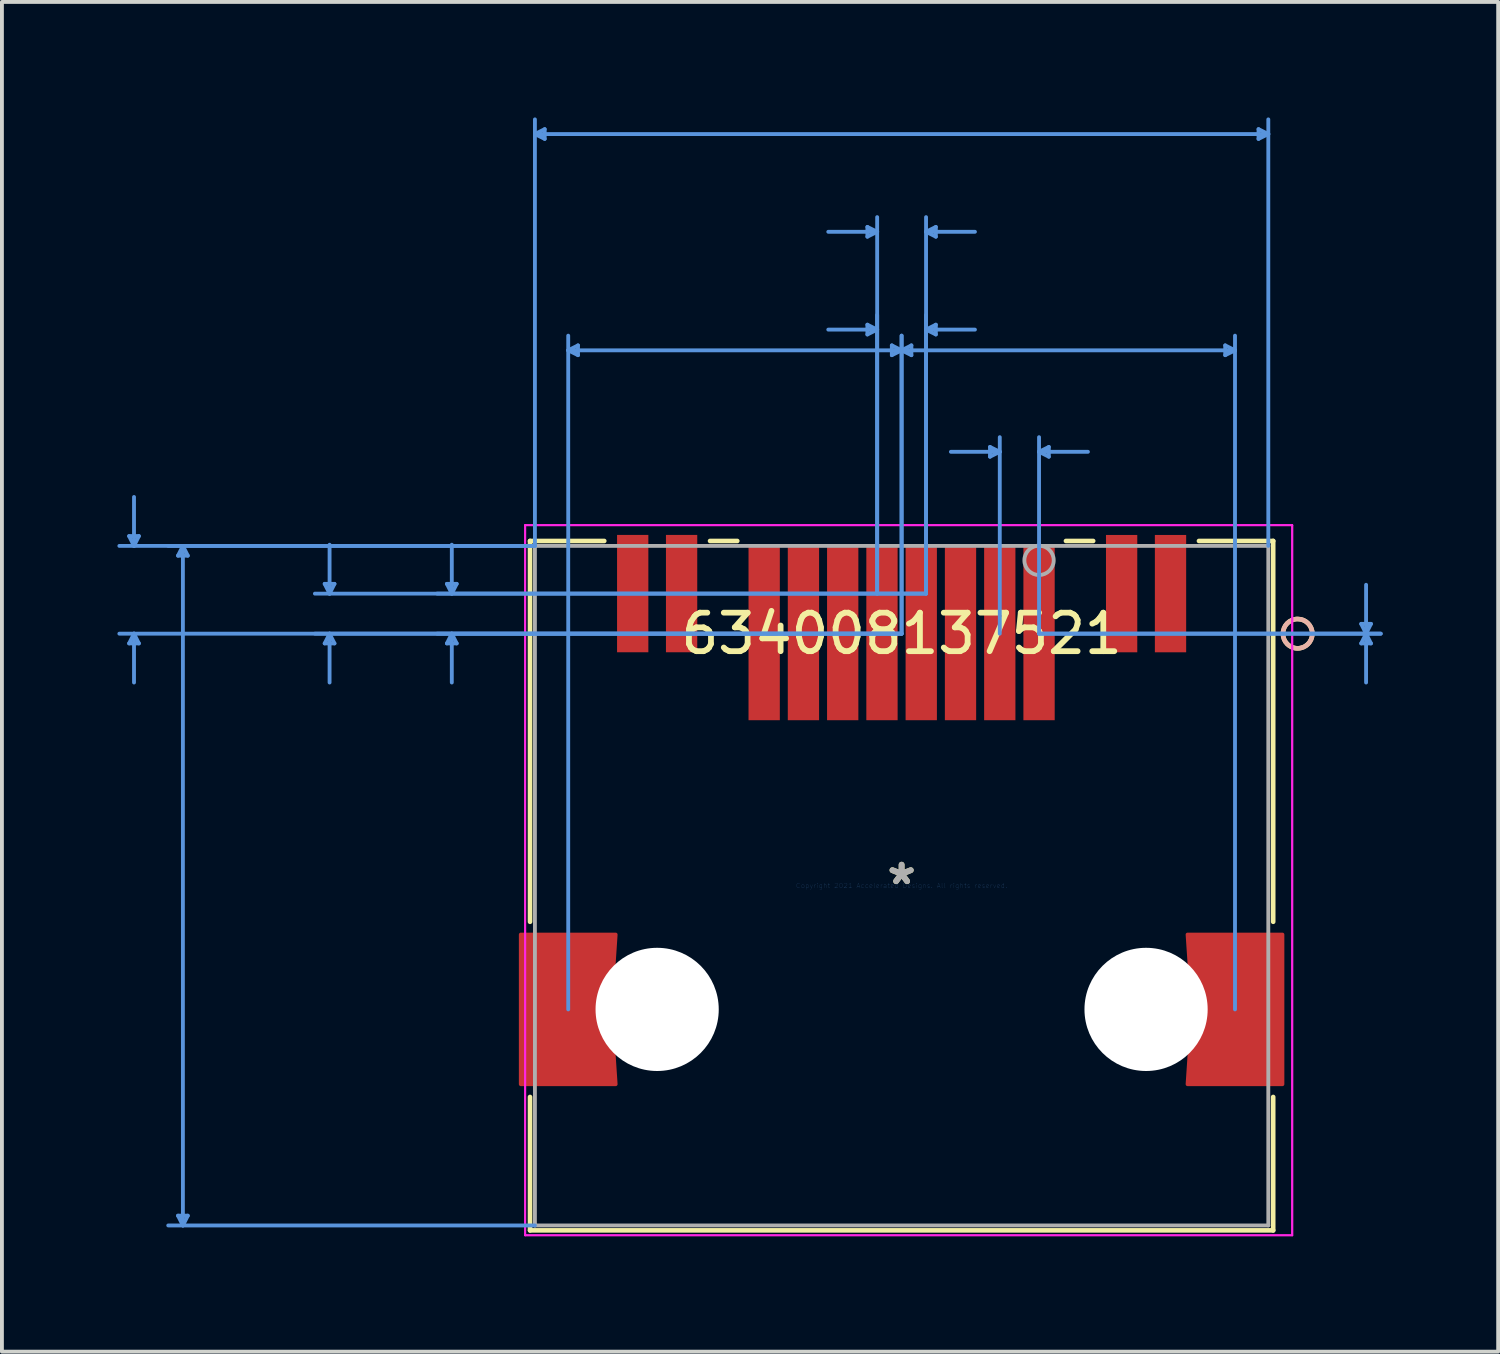
<source format=kicad_pcb>
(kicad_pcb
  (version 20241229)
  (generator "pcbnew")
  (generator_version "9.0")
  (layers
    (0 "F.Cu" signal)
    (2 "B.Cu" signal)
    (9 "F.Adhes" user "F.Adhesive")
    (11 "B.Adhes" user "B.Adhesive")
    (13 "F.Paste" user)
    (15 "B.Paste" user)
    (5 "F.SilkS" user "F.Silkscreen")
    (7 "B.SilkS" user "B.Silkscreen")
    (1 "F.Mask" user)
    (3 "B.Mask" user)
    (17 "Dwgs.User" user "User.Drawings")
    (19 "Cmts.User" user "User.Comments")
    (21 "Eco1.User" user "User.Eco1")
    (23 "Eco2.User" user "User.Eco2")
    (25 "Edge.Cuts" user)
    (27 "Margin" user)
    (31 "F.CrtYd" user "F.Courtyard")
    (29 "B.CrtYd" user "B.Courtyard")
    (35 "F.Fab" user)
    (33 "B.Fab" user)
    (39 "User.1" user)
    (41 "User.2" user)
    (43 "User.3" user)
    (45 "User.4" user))
  (footprint "634008137521"
    (layer "F.Cu")
    (at 20.37 19.956)
    (property "Reference" "634008137521" (at 0 -6.546 0) (layer "F.SilkS") (effects (font (size 1 1) (thickness 0.15))))
    (attr through_hole)
    (fp_poly (pts (xy -7.428 1.27) (xy -7.482 2.082) (xy -7.681 2.324) (xy -7.828 2.601) (xy -7.919 2.901) (xy -7.95 3.214) (xy -7.919 3.526) (xy -7.828 3.826) (xy -7.681 4.103) (xy -7.482 4.345) (xy -7.428 5.157) (xy -9.892 5.157) (xy -9.892 1.27)) (stroke (width 0.1) (type solid)) (fill yes) (layer "F.Cu"))
    (fp_poly (pts (xy 7.428 1.27) (xy 7.482 2.082) (xy 7.681 2.324) (xy 7.828 2.601) (xy 7.919 2.901) (xy 7.95 3.214) (xy 7.919 3.526) (xy 7.828 3.826) (xy 7.681 4.103) (xy 7.482 4.345) (xy 7.428 5.157) (xy 9.892 5.157) (xy 9.892 1.27)) (stroke (width 0.1) (type solid)) (fill yes) (layer "F.Cu"))
    (fp_poly (pts (xy -7.428 1.27) (xy -7.482 2.082) (xy -7.681 2.324) (xy -7.828 2.601) (xy -7.919 2.901) (xy -7.95 3.214) (xy -7.919 3.526) (xy -7.828 3.826) (xy -7.681 4.103) (xy -7.482 4.345) (xy -7.428 5.157) (xy -9.892 5.157) (xy -9.892 1.27)) (stroke (width 0.1) (type solid)) (fill yes) (layer "F.Mask"))
    (fp_poly (pts (xy 7.428 1.27) (xy 7.482 2.082) (xy 7.681 2.324) (xy 7.828 2.601) (xy 7.919 2.901) (xy 7.95 3.214) (xy 7.919 3.526) (xy 7.828 3.826) (xy 7.681 4.103) (xy 7.482 4.345) (xy 7.428 5.157) (xy 9.892 5.157) (xy 9.892 1.27)) (stroke (width 0.1) (type solid)) (fill yes) (layer "F.Mask"))
    (fp_line (start -9.652 -8.954) (end -9.652 0.938) (stroke (width 0.12) (type solid)) (layer "F.SilkS"))
    (fp_line (start -9.652 5.489) (end -9.652 8.954) (stroke (width 0.12) (type solid)) (layer "F.SilkS"))
    (fp_line (start -9.652 8.954) (end 9.652 8.954) (stroke (width 0.12) (type solid)) (layer "F.SilkS"))
    (fp_line (start -7.724 -8.954) (end -9.652 -8.954) (stroke (width 0.12) (type solid)) (layer "F.SilkS"))
    (fp_line (start -4.269 -8.954) (end -4.976 -8.954) (stroke (width 0.12) (type solid)) (layer "F.SilkS"))
    (fp_line (start 4.976 -8.954) (end 4.269 -8.954) (stroke (width 0.12) (type solid)) (layer "F.SilkS"))
    (fp_line (start 9.652 -8.954) (end 7.724 -8.954) (stroke (width 0.12) (type solid)) (layer "F.SilkS"))
    (fp_line (start 9.652 0.938) (end 9.652 -8.954) (stroke (width 0.12) (type solid)) (layer "F.SilkS"))
    (fp_line (start 9.652 8.954) (end 9.652 5.489) (stroke (width 0.12) (type solid)) (layer "F.SilkS"))
    (fp_circle (center 10.287 -6.546) (end 10.668 -6.546) (stroke (width 0.12) (type solid)) (fill no) (layer "F.SilkS"))
    (fp_circle (center 10.287 -6.546) (end 10.668 -6.546) (stroke (width 0.12) (type solid)) (fill no) (layer "B.SilkS"))
    (fp_poly (pts (xy -7.428 1.27) (xy -7.482 2.082) (xy -7.681 2.324) (xy -7.828 2.601) (xy -7.919 2.901) (xy -7.95 3.214) (xy -7.919 3.526) (xy -7.828 3.826) (xy -7.681 4.103) (xy -7.482 4.345) (xy -7.428 5.157) (xy -9.892 5.157) (xy -9.892 1.27)) (stroke (width 0.1) (type solid)) (fill yes) (layer "F.Paste"))
    (fp_poly (pts (xy 7.428 1.27) (xy 7.482 2.082) (xy 7.681 2.324) (xy 7.828 2.601) (xy 7.919 2.901) (xy 7.95 3.214) (xy 7.919 3.526) (xy 7.828 3.826) (xy 7.681 4.103) (xy 7.482 4.345) (xy 7.428 5.157) (xy 9.892 5.157) (xy 9.892 1.27)) (stroke (width 0.1) (type solid)) (fill yes) (layer "F.Paste"))
    (fp_line (start -20.066 -9.081) (end -19.812 -9.081) (stroke (width 0.1) (type solid)) (layer "Cmts.User"))
    (fp_line (start -20.066 -6.293) (end -19.812 -6.293) (stroke (width 0.1) (type solid)) (layer "Cmts.User"))
    (fp_line (start -19.939 -8.826) (end -20.066 -9.081) (stroke (width 0.1) (type solid)) (layer "Cmts.User"))
    (fp_line (start -19.939 -8.826) (end -19.939 -10.097) (stroke (width 0.1) (type solid)) (layer "Cmts.User"))
    (fp_line (start -19.939 -8.826) (end -19.812 -9.081) (stroke (width 0.1) (type solid)) (layer "Cmts.User"))
    (fp_line (start -19.939 -6.546) (end -20.066 -6.293) (stroke (width 0.1) (type solid)) (layer "Cmts.User"))
    (fp_line (start -19.939 -6.546) (end -19.939 -5.277) (stroke (width 0.1) (type solid)) (layer "Cmts.User"))
    (fp_line (start -19.939 -6.546) (end -19.812 -6.293) (stroke (width 0.1) (type solid)) (layer "Cmts.User"))
    (fp_line (start -18.796 -8.572) (end -18.542 -8.572) (stroke (width 0.1) (type solid)) (layer "Cmts.User"))
    (fp_line (start -18.796 8.572) (end -18.542 8.572) (stroke (width 0.1) (type solid)) (layer "Cmts.User"))
    (fp_line (start -18.669 -8.826) (end -18.796 -8.572) (stroke (width 0.1) (type solid)) (layer "Cmts.User"))
    (fp_line (start -18.669 -8.826) (end -18.669 8.826) (stroke (width 0.1) (type solid)) (layer "Cmts.User"))
    (fp_line (start -18.669 -8.826) (end -18.542 -8.572) (stroke (width 0.1) (type solid)) (layer "Cmts.User"))
    (fp_line (start -18.669 8.826) (end -18.796 8.572) (stroke (width 0.1) (type solid)) (layer "Cmts.User"))
    (fp_line (start -18.669 8.826) (end -18.542 8.572) (stroke (width 0.1) (type solid)) (layer "Cmts.User"))
    (fp_line (start -14.986 -7.84) (end -14.732 -7.84) (stroke (width 0.1) (type solid)) (layer "Cmts.User"))
    (fp_line (start -14.986 -6.293) (end -14.732 -6.293) (stroke (width 0.1) (type solid)) (layer "Cmts.User"))
    (fp_line (start -14.859 -7.586) (end -14.986 -7.84) (stroke (width 0.1) (type solid)) (layer "Cmts.User"))
    (fp_line (start -14.859 -7.586) (end -14.859 -8.856) (stroke (width 0.1) (type solid)) (layer "Cmts.User"))
    (fp_line (start -14.859 -7.586) (end -14.732 -7.84) (stroke (width 0.1) (type solid)) (layer "Cmts.User"))
    (fp_line (start -14.859 -6.546) (end -14.986 -6.293) (stroke (width 0.1) (type solid)) (layer "Cmts.User"))
    (fp_line (start -14.859 -6.546) (end -14.859 -5.277) (stroke (width 0.1) (type solid)) (layer "Cmts.User"))
    (fp_line (start -14.859 -6.546) (end -14.732 -6.293) (stroke (width 0.1) (type solid)) (layer "Cmts.User"))
    (fp_line (start -11.811 -7.84) (end -11.557 -7.84) (stroke (width 0.1) (type solid)) (layer "Cmts.User"))
    (fp_line (start -11.811 -6.293) (end -11.557 -6.293) (stroke (width 0.1) (type solid)) (layer "Cmts.User"))
    (fp_line (start -11.684 -7.587) (end -11.811 -7.84) (stroke (width 0.1) (type solid)) (layer "Cmts.User"))
    (fp_line (start -11.684 -7.587) (end -11.684 -8.857) (stroke (width 0.1) (type solid)) (layer "Cmts.User"))
    (fp_line (start -11.684 -7.587) (end -11.557 -7.84) (stroke (width 0.1) (type solid)) (layer "Cmts.User"))
    (fp_line (start -11.684 -6.546) (end -11.811 -6.293) (stroke (width 0.1) (type solid)) (layer "Cmts.User"))
    (fp_line (start -11.684 -6.546) (end -11.684 -5.277) (stroke (width 0.1) (type solid)) (layer "Cmts.User"))
    (fp_line (start -11.684 -6.546) (end -11.557 -6.293) (stroke (width 0.1) (type solid)) (layer "Cmts.User"))
    (fp_line (start -9.525 -19.524) (end -9.271 -19.651) (stroke (width 0.1) (type solid)) (layer "Cmts.User"))
    (fp_line (start -9.525 -19.524) (end -9.271 -19.398) (stroke (width 0.1) (type solid)) (layer "Cmts.User"))
    (fp_line (start -9.525 -19.524) (end 9.525 -19.524) (stroke (width 0.1) (type solid)) (layer "Cmts.User"))
    (fp_line (start -9.525 -8.826) (end -20.32 -8.826) (stroke (width 0.1) (type solid)) (layer "Cmts.User"))
    (fp_line (start -9.525 -8.826) (end -19.05 -8.826) (stroke (width 0.1) (type solid)) (layer "Cmts.User"))
    (fp_line (start -9.525 -8.826) (end -9.525 -19.905) (stroke (width 0.1) (type solid)) (layer "Cmts.User"))
    (fp_line (start -9.525 8.826) (end -19.05 8.826) (stroke (width 0.1) (type solid)) (layer "Cmts.User"))
    (fp_line (start -9.271 -19.651) (end -9.271 -19.398) (stroke (width 0.1) (type solid)) (layer "Cmts.User"))
    (fp_line (start -8.66 -13.906) (end -8.406 -14.034) (stroke (width 0.1) (type solid)) (layer "Cmts.User"))
    (fp_line (start -8.66 -13.906) (end -8.406 -13.78) (stroke (width 0.1) (type solid)) (layer "Cmts.User"))
    (fp_line (start -8.66 -13.906) (end 0 -13.906) (stroke (width 0.1) (type solid)) (layer "Cmts.User"))
    (fp_line (start -8.66 3.214) (end -8.66 -14.287) (stroke (width 0.1) (type solid)) (layer "Cmts.User"))
    (fp_line (start -8.406 -14.034) (end -8.406 -13.78) (stroke (width 0.1) (type solid)) (layer "Cmts.User"))
    (fp_line (start -0.889 -17.111) (end -0.889 -16.858) (stroke (width 0.1) (type solid)) (layer "Cmts.User"))
    (fp_line (start -0.889 -14.572) (end -0.889 -14.318) (stroke (width 0.1) (type solid)) (layer "Cmts.User"))
    (fp_line (start -0.635 -16.985) (end -1.905 -16.985) (stroke (width 0.1) (type solid)) (layer "Cmts.User"))
    (fp_line (start -0.635 -16.985) (end -0.889 -17.111) (stroke (width 0.1) (type solid)) (layer "Cmts.User"))
    (fp_line (start -0.635 -16.985) (end -0.889 -16.858) (stroke (width 0.1) (type solid)) (layer "Cmts.User"))
    (fp_line (start -0.635 -14.444) (end -1.905 -14.444) (stroke (width 0.1) (type solid)) (layer "Cmts.User"))
    (fp_line (start -0.635 -14.444) (end -0.889 -14.572) (stroke (width 0.1) (type solid)) (layer "Cmts.User"))
    (fp_line (start -0.635 -14.444) (end -0.889 -14.318) (stroke (width 0.1) (type solid)) (layer "Cmts.User"))
    (fp_line (start -0.635 -7.587) (end -0.635 -17.366) (stroke (width 0.1) (type solid)) (layer "Cmts.User"))
    (fp_line (start -0.635 -7.586) (end -0.635 -14.825) (stroke (width 0.1) (type solid)) (layer "Cmts.User"))
    (fp_line (start -0.254 -14.034) (end -0.254 -13.78) (stroke (width 0.1) (type solid)) (layer "Cmts.User"))
    (fp_line (start 0 -13.906) (end -0.254 -14.034) (stroke (width 0.1) (type solid)) (layer "Cmts.User"))
    (fp_line (start 0 -13.906) (end -0.254 -13.78) (stroke (width 0.1) (type solid)) (layer "Cmts.User"))
    (fp_line (start 0 -13.906) (end 0.254 -14.034) (stroke (width 0.1) (type solid)) (layer "Cmts.User"))
    (fp_line (start 0 -13.906) (end 0.254 -13.78) (stroke (width 0.1) (type solid)) (layer "Cmts.User"))
    (fp_line (start 0 -13.906) (end 8.66 -13.906) (stroke (width 0.1) (type solid)) (layer "Cmts.User"))
    (fp_line (start 0 -6.546) (end -20.32 -6.546) (stroke (width 0.1) (type solid)) (layer "Cmts.User"))
    (fp_line (start 0 -6.546) (end -15.24 -6.546) (stroke (width 0.1) (type solid)) (layer "Cmts.User"))
    (fp_line (start 0 -6.546) (end -12.065 -6.546) (stroke (width 0.1) (type solid)) (layer "Cmts.User"))
    (fp_line (start 0 -6.546) (end 0 -14.287) (stroke (width 0.1) (type solid)) (layer "Cmts.User"))
    (fp_line (start 0 -6.546) (end 0 -14.287) (stroke (width 0.1) (type solid)) (layer "Cmts.User"))
    (fp_line (start 0.254 -14.034) (end 0.254 -13.78) (stroke (width 0.1) (type solid)) (layer "Cmts.User"))
    (fp_line (start 0.635 -16.985) (end 0.889 -17.111) (stroke (width 0.1) (type solid)) (layer "Cmts.User"))
    (fp_line (start 0.635 -16.985) (end 0.889 -16.858) (stroke (width 0.1) (type solid)) (layer "Cmts.User"))
    (fp_line (start 0.635 -16.985) (end 1.905 -16.985) (stroke (width 0.1) (type solid)) (layer "Cmts.User"))
    (fp_line (start 0.635 -14.444) (end 0.889 -14.572) (stroke (width 0.1) (type solid)) (layer "Cmts.User"))
    (fp_line (start 0.635 -14.444) (end 0.889 -14.318) (stroke (width 0.1) (type solid)) (layer "Cmts.User"))
    (fp_line (start 0.635 -14.444) (end 1.905 -14.444) (stroke (width 0.1) (type solid)) (layer "Cmts.User"))
    (fp_line (start 0.635 -7.587) (end -12.065 -7.587) (stroke (width 0.1) (type solid)) (layer "Cmts.User"))
    (fp_line (start 0.635 -7.587) (end 0.635 -17.366) (stroke (width 0.1) (type solid)) (layer "Cmts.User"))
    (fp_line (start 0.635 -7.586) (end -15.24 -7.586) (stroke (width 0.1) (type solid)) (layer "Cmts.User"))
    (fp_line (start 0.635 -7.586) (end 0.635 -14.825) (stroke (width 0.1) (type solid)) (layer "Cmts.User"))
    (fp_line (start 0.889 -17.111) (end 0.889 -16.858) (stroke (width 0.1) (type solid)) (layer "Cmts.User"))
    (fp_line (start 0.889 -14.572) (end 0.889 -14.318) (stroke (width 0.1) (type solid)) (layer "Cmts.User"))
    (fp_line (start 2.296 -11.396) (end 2.296 -11.143) (stroke (width 0.1) (type solid)) (layer "Cmts.User"))
    (fp_line (start 2.55 -11.27) (end 1.28 -11.27) (stroke (width 0.1) (type solid)) (layer "Cmts.User"))
    (fp_line (start 2.55 -11.27) (end 2.296 -11.396) (stroke (width 0.1) (type solid)) (layer "Cmts.User"))
    (fp_line (start 2.55 -11.27) (end 2.296 -11.143) (stroke (width 0.1) (type solid)) (layer "Cmts.User"))
    (fp_line (start 2.55 -6.546) (end 2.55 -11.65) (stroke (width 0.1) (type solid)) (layer "Cmts.User"))
    (fp_line (start 3.57 -11.27) (end 3.824 -11.396) (stroke (width 0.1) (type solid)) (layer "Cmts.User"))
    (fp_line (start 3.57 -11.27) (end 3.824 -11.143) (stroke (width 0.1) (type solid)) (layer "Cmts.User"))
    (fp_line (start 3.57 -11.27) (end 4.84 -11.27) (stroke (width 0.1) (type solid)) (layer "Cmts.User"))
    (fp_line (start 3.57 -6.546) (end 3.57 -11.65) (stroke (width 0.1) (type solid)) (layer "Cmts.User"))
    (fp_line (start 3.57 -6.546) (end 12.446 -6.546) (stroke (width 0.1) (type solid)) (layer "Cmts.User"))
    (fp_line (start 3.57 -6.546) (end 12.446 -6.546) (stroke (width 0.1) (type solid)) (layer "Cmts.User"))
    (fp_line (start 3.824 -11.396) (end 3.824 -11.143) (stroke (width 0.1) (type solid)) (layer "Cmts.User"))
    (fp_line (start 8.406 -14.034) (end 8.406 -13.78) (stroke (width 0.1) (type solid)) (layer "Cmts.User"))
    (fp_line (start 8.66 -13.906) (end 8.406 -14.034) (stroke (width 0.1) (type solid)) (layer "Cmts.User"))
    (fp_line (start 8.66 -13.906) (end 8.406 -13.78) (stroke (width 0.1) (type solid)) (layer "Cmts.User"))
    (fp_line (start 8.66 3.214) (end 8.66 -14.287) (stroke (width 0.1) (type solid)) (layer "Cmts.User"))
    (fp_line (start 9.271 -19.651) (end 9.271 -19.398) (stroke (width 0.1) (type solid)) (layer "Cmts.User"))
    (fp_line (start 9.525 -19.524) (end 9.271 -19.651) (stroke (width 0.1) (type solid)) (layer "Cmts.User"))
    (fp_line (start 9.525 -19.524) (end 9.271 -19.398) (stroke (width 0.1) (type solid)) (layer "Cmts.User"))
    (fp_line (start 9.525 -8.826) (end 9.525 -19.905) (stroke (width 0.1) (type solid)) (layer "Cmts.User"))
    (fp_line (start 11.938 -6.801) (end 12.192 -6.801) (stroke (width 0.1) (type solid)) (layer "Cmts.User"))
    (fp_line (start 11.938 -6.293) (end 12.192 -6.293) (stroke (width 0.1) (type solid)) (layer "Cmts.User"))
    (fp_line (start 12.065 -6.546) (end 11.938 -6.801) (stroke (width 0.1) (type solid)) (layer "Cmts.User"))
    (fp_line (start 12.065 -6.546) (end 11.938 -6.293) (stroke (width 0.1) (type solid)) (layer "Cmts.User"))
    (fp_line (start 12.065 -6.546) (end 12.065 -7.816) (stroke (width 0.1) (type solid)) (layer "Cmts.User"))
    (fp_line (start 12.065 -6.546) (end 12.065 -5.277) (stroke (width 0.1) (type solid)) (layer "Cmts.User"))
    (fp_line (start 12.065 -6.546) (end 12.192 -6.801) (stroke (width 0.1) (type solid)) (layer "Cmts.User"))
    (fp_line (start 12.065 -6.546) (end 12.192 -6.293) (stroke (width 0.1) (type solid)) (layer "Cmts.User"))
    (fp_line (start -9.779 -9.364) (end -9.779 9.081) (stroke (width 0.05) (type solid)) (layer "F.CrtYd"))
    (fp_line (start -9.779 -9.364) (end -9.779 9.081) (stroke (width 0.05) (type solid)) (layer "F.CrtYd"))
    (fp_line (start -9.779 9.081) (end 10.146 9.081) (stroke (width 0.05) (type solid)) (layer "F.CrtYd"))
    (fp_line (start -9.779 9.081) (end 10.146 9.081) (stroke (width 0.05) (type solid)) (layer "F.CrtYd"))
    (fp_line (start 10.146 -9.364) (end -9.779 -9.364) (stroke (width 0.05) (type solid)) (layer "F.CrtYd"))
    (fp_line (start 10.146 -9.364) (end -9.779 -9.364) (stroke (width 0.05) (type solid)) (layer "F.CrtYd"))
    (fp_line (start 10.146 9.081) (end 10.146 -9.364) (stroke (width 0.05) (type solid)) (layer "F.CrtYd"))
    (fp_line (start 10.146 9.081) (end 10.146 -9.364) (stroke (width 0.05) (type solid)) (layer "F.CrtYd"))
    (fp_line (start -9.525 -8.826) (end -9.525 8.826) (stroke (width 0.1) (type solid)) (layer "F.Fab"))
    (fp_line (start -9.525 8.826) (end 9.525 8.826) (stroke (width 0.1) (type solid)) (layer "F.Fab"))
    (fp_line (start 9.525 -8.826) (end -9.525 -8.826) (stroke (width 0.1) (type solid)) (layer "F.Fab"))
    (fp_line (start 9.525 8.826) (end 9.525 -8.826) (stroke (width 0.1) (type solid)) (layer "F.Fab"))
    (fp_circle (center 3.57 -8.451) (end 3.951 -8.451) (stroke (width 0.1) (type solid)) (fill no) (layer "F.Fab"))
    (fp_text user "*" (at 0 0 0) (layer "F.SilkS") (effects (font (size 1 1) (thickness 0.15))))
    (fp_text user "Copyright 2021 Accelerated Designs. All rights reserved." (at 0 0 0) (layer "Cmts.User") (effects (font (size 0.127 0.127) (thickness 0.002))))
    (fp_text user "*" (at 0 0 0) (layer "F.Fab") (effects (font (size 1 1) (thickness 0.15))))
    (pad "" np_thru_hole circle (at -6.35 3.214) (size 3.2 3.2) (drill 3.2) (layers "*.Cu" "*.Mask"))
    (pad "" np_thru_hole circle (at 6.35 3.214) (size 3.2 3.2) (drill 3.2) (layers "*.Cu" "*.Mask"))
    (pad "1" smd rect (at 3.57 -6.546) (size 0.813 4.496) (layers "F.Cu" "F.Mask" "F.Paste"))
    (pad "2" smd rect (at 2.55 -6.546) (size 0.813 4.496) (layers "F.Cu" "F.Mask" "F.Paste"))
    (pad "3" smd rect (at 1.53 -6.546) (size 0.813 4.496) (layers "F.Cu" "F.Mask" "F.Paste"))
    (pad "4" smd rect (at 0.51 -6.546) (size 0.813 4.496) (layers "F.Cu" "F.Mask" "F.Paste"))
    (pad "5" smd rect (at -0.51 -6.546) (size 0.813 4.496) (layers "F.Cu" "F.Mask" "F.Paste"))
    (pad "6" smd rect (at -1.53 -6.546) (size 0.813 4.496) (layers "F.Cu" "F.Mask" "F.Paste"))
    (pad "7" smd rect (at -2.55 -6.546) (size 0.813 4.496) (layers "F.Cu" "F.Mask" "F.Paste"))
    (pad "8" smd rect (at -3.57 -6.546) (size 0.813 4.496) (layers "F.Cu" "F.Mask" "F.Paste"))
    (pad "9" smd rect (at -6.985 -7.587) (size 0.813 3.048) (layers "F.Cu" "F.Mask" "F.Paste"))
    (pad "10" smd rect (at -5.715 -7.587) (size 0.813 3.048) (layers "F.Cu" "F.Mask" "F.Paste"))
    (pad "11" smd rect (at 5.715 -7.586) (size 0.813 3.048) (layers "F.Cu" "F.Mask" "F.Paste"))
    (pad "12" smd rect (at 6.985 -7.586) (size 0.813 3.048) (layers "F.Cu" "F.Mask" "F.Paste")))
  (gr_rect
    (start -3 -3)
    (end 35.866 32.061)
    (stroke (width 0.1) (type default))
    (fill no)
    (layer "Edge.Cuts")))
</source>
